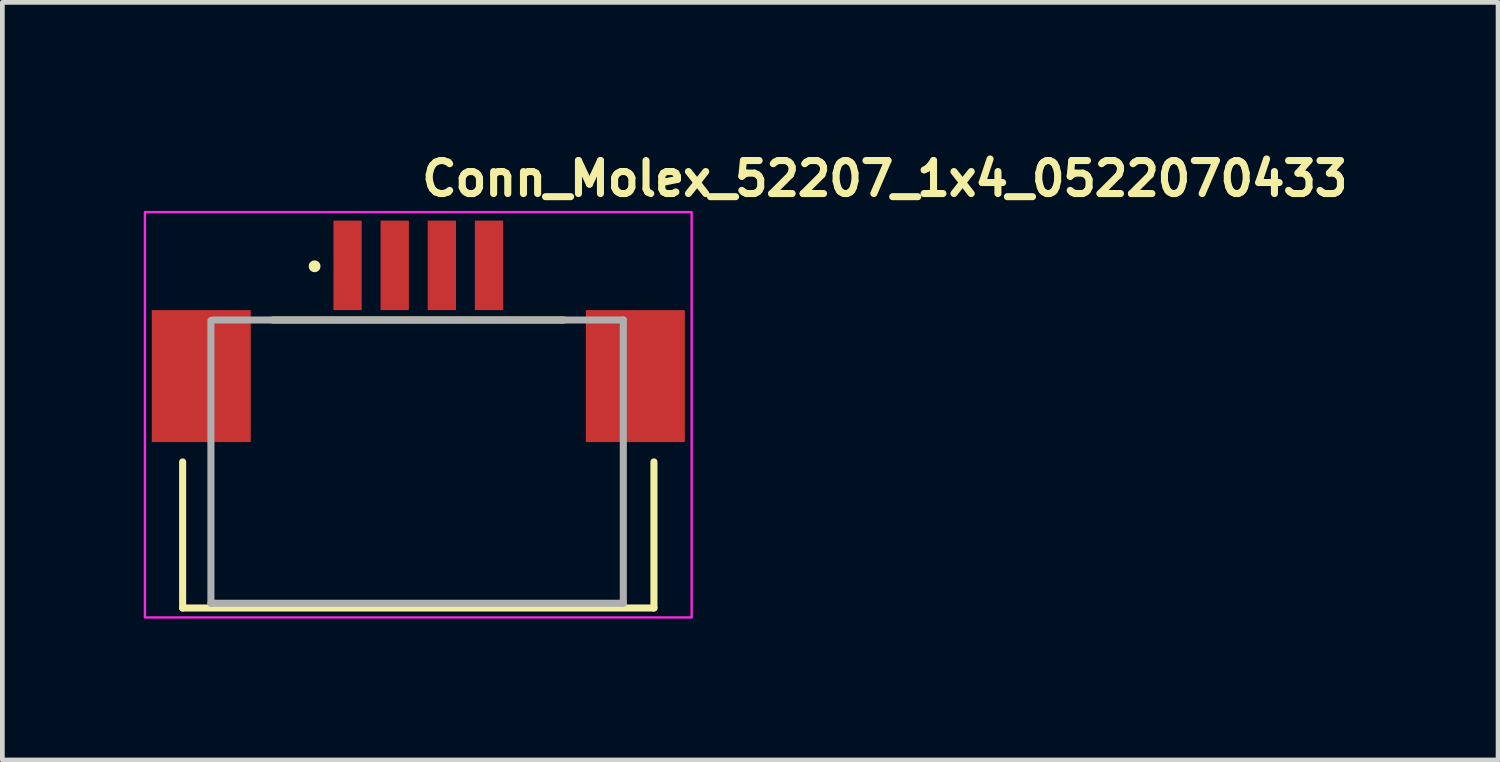
<source format=kicad_pcb>
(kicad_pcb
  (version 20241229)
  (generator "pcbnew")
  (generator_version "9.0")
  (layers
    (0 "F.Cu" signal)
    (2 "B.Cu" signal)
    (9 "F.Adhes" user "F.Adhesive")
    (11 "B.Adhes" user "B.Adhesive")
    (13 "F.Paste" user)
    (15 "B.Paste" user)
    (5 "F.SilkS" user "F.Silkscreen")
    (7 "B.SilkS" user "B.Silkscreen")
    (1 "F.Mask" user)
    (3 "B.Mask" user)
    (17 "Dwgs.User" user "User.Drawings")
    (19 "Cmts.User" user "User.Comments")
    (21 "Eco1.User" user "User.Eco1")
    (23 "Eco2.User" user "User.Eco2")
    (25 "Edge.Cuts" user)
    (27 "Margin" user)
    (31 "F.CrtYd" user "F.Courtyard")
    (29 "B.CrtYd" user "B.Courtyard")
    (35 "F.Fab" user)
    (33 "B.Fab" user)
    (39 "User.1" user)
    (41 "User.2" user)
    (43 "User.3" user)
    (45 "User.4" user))
  (footprint "Conn_Molex_52207_1x4_0522070433"
    (layer "F.Cu")
    (at 5.825 5.85)
    (property "Reference" "Conn_Molex_52207_1x4_0522070433" (at 0 -4.7 0) (layer "F.SilkS") (effects (font (size 0.7 0.7) (thickness 0.15)) (justify left bottom)))
    (attr smd)
    (fp_line (start -5 4) (end -5 0.9) (stroke (width 0.15) (type solid)) (layer "F.SilkS"))
    (fp_line (start -5 4) (end 5 4) (stroke (width 0.15) (type solid)) (layer "F.SilkS"))
    (fp_line (start -3.084 -2.111) (end 3.084 -2.111) (stroke (width 0.15) (type solid)) (layer "F.SilkS"))
    (fp_line (start 5 4) (end 5 0.9) (stroke (width 0.15) (type solid)) (layer "F.SilkS"))
    (fp_circle (center -2.2 -3.25) (end -2.15 -3.25) (stroke (width 0.15) (type solid)) (fill yes) (layer "F.SilkS"))
    (fp_rect (start -5.8 -4.4) (end 5.8 4.2) (stroke (width 0.05) (type solid)) (fill no) (layer "F.CrtYd"))
    (fp_line (start -4.4 3.9) (end -4.4 -2.1) (stroke (width 0.15) (type solid)) (layer "F.Fab"))
    (fp_line (start -4.35 -2.111) (end 4.35 -2.111) (stroke (width 0.15) (type solid)) (layer "F.Fab"))
    (fp_line (start 4.35 -2.111) (end 4.35 3.9) (stroke (width 0.15) (type solid)) (layer "F.Fab"))
    (fp_line (start 4.35 3.9) (end -4.4 3.9) (stroke (width 0.15) (type solid)) (layer "F.Fab"))
    (fp_rect (start -5.15 -3.8) (end 5.15 3.8) (stroke (width 0.1) (type solid)) (fill no) (layer "User.5"))
    (fp_line (start -5.15 -1.8) (end -4.896 -1.8) (stroke (width 0.02) (type solid)) (layer "User.9"))
    (fp_line (start -5.15 -1.6) (end -5.15 -1.8) (stroke (width 0.02) (type solid)) (layer "User.9"))
    (fp_line (start -5.15 -1.6) (end -4.896 -1.6) (stroke (width 0.02) (type solid)) (layer "User.9"))
    (fp_line (start -5.15 0) (end -5.15 -1.6) (stroke (width 0.02) (type solid)) (layer "User.9"))
    (fp_line (start -5.15 0.2) (end -5.15 0) (stroke (width 0.02) (type solid)) (layer "User.9"))
    (fp_line (start -5 2.6) (end -5 2.7) (stroke (width 0.02) (type solid)) (layer "User.9"))
    (fp_line (start -5 2.7) (end -4.8 3) (stroke (width 0.02) (type solid)) (layer "User.9"))
    (fp_line (start -5 3.18) (end -5 3.5) (stroke (width 0.02) (type solid)) (layer "User.9"))
    (fp_line (start -5 3.5) (end -5 3.515) (stroke (width 0.02) (type solid)) (layer "User.9"))
    (fp_line (start -5 3.515) (end -4.999 3.53) (stroke (width 0.02) (type solid)) (layer "User.9"))
    (fp_line (start -4.999 3.53) (end -4.997 3.544) (stroke (width 0.02) (type solid)) (layer "User.9"))
    (fp_line (start -4.997 3.544) (end -4.994 3.559) (stroke (width 0.02) (type solid)) (layer "User.9"))
    (fp_line (start -4.994 3.559) (end -4.991 3.573) (stroke (width 0.02) (type solid)) (layer "User.9"))
    (fp_line (start -4.991 3.573) (end -4.987 3.587) (stroke (width 0.02) (type solid)) (layer "User.9"))
    (fp_line (start -4.987 3.587) (end -4.982 3.601) (stroke (width 0.02) (type solid)) (layer "User.9"))
    (fp_line (start -4.982 3.601) (end -4.977 3.615) (stroke (width 0.02) (type solid)) (layer "User.9"))
    (fp_line (start -4.977 3.615) (end -4.971 3.628) (stroke (width 0.02) (type solid)) (layer "User.9"))
    (fp_line (start -4.971 3.628) (end -4.965 3.641) (stroke (width 0.02) (type solid)) (layer "User.9"))
    (fp_line (start -4.965 3.641) (end -4.957 3.654) (stroke (width 0.02) (type solid)) (layer "User.9"))
    (fp_line (start -4.957 3.654) (end -4.95 3.666) (stroke (width 0.02) (type solid)) (layer "User.9"))
    (fp_line (start -4.95 3.666) (end -4.941 3.678) (stroke (width 0.02) (type solid)) (layer "User.9"))
    (fp_line (start -4.941 3.678) (end -4.932 3.69) (stroke (width 0.02) (type solid)) (layer "User.9"))
    (fp_line (start -4.932 3.69) (end -4.922 3.701) (stroke (width 0.02) (type solid)) (layer "User.9"))
    (fp_line (start -4.922 3.701) (end -4.912 3.712) (stroke (width 0.02) (type solid)) (layer "User.9"))
    (fp_line (start -4.912 3.712) (end -4.912 3.712) (stroke (width 0.02) (type solid)) (layer "User.9"))
    (fp_line (start -4.912 3.712) (end -4.901 3.722) (stroke (width 0.02) (type solid)) (layer "User.9"))
    (fp_line (start -4.901 3.722) (end -4.89 3.732) (stroke (width 0.02) (type solid)) (layer "User.9"))
    (fp_line (start -4.896 -1.8) (end -4.896 -1.6) (stroke (width 0.02) (type solid)) (layer "User.9"))
    (fp_line (start -4.896 0) (end -5.15 0) (stroke (width 0.02) (type solid)) (layer "User.9"))
    (fp_line (start -4.896 0) (end -4.896 -1.6) (stroke (width 0.02) (type solid)) (layer "User.9"))
    (fp_line (start -4.896 0) (end -4.896 0.2) (stroke (width 0.02) (type solid)) (layer "User.9"))
    (fp_line (start -4.896 0.2) (end -5.15 0.2) (stroke (width 0.02) (type solid)) (layer "User.9"))
    (fp_line (start -4.89 3.732) (end -4.878 3.741) (stroke (width 0.02) (type solid)) (layer "User.9"))
    (fp_line (start -4.878 3.741) (end -4.866 3.75) (stroke (width 0.02) (type solid)) (layer "User.9"))
    (fp_line (start -4.866 3.75) (end -4.854 3.757) (stroke (width 0.02) (type solid)) (layer "User.9"))
    (fp_line (start -4.854 3.757) (end -4.841 3.765) (stroke (width 0.02) (type solid)) (layer "User.9"))
    (fp_line (start -4.841 3.765) (end -4.828 3.771) (stroke (width 0.02) (type solid)) (layer "User.9"))
    (fp_line (start -4.828 3.771) (end -4.815 3.777) (stroke (width 0.02) (type solid)) (layer "User.9"))
    (fp_line (start -4.815 3.777) (end -4.801 3.782) (stroke (width 0.02) (type solid)) (layer "User.9"))
    (fp_line (start -4.801 3.782) (end -4.787 3.787) (stroke (width 0.02) (type solid)) (layer "User.9"))
    (fp_line (start -4.8 2.5) (end -4.8 2.6) (stroke (width 0.02) (type solid)) (layer "User.9"))
    (fp_line (start -4.8 2.5) (end -4.712 2.5) (stroke (width 0.02) (type solid)) (layer "User.9"))
    (fp_line (start -4.8 2.6) (end -5 2.6) (stroke (width 0.02) (type solid)) (layer "User.9"))
    (fp_line (start -4.8 3) (end -4.8 2.6) (stroke (width 0.02) (type solid)) (layer "User.9"))
    (fp_line (start -4.8 3) (end -4.8 3.18) (stroke (width 0.02) (type solid)) (layer "User.9"))
    (fp_line (start -4.8 3.18) (end -5 3.18) (stroke (width 0.02) (type solid)) (layer "User.9"))
    (fp_line (start -4.8 3.5) (end -4.8 3.18) (stroke (width 0.02) (type solid)) (layer "User.9"))
    (fp_line (start -4.8 3.513) (end -4.8 3.5) (stroke (width 0.02) (type solid)) (layer "User.9"))
    (fp_line (start -4.799 3.527) (end -4.8 3.513) (stroke (width 0.02) (type solid)) (layer "User.9"))
    (fp_line (start -4.797 3.541) (end -4.799 3.527) (stroke (width 0.02) (type solid)) (layer "User.9"))
    (fp_line (start -4.796 3.549) (end -4.797 3.543) (stroke (width 0.02) (type solid)) (layer "User.9"))
    (fp_line (start -4.795 3.554) (end -4.797 3.541) (stroke (width 0.02) (type solid)) (layer "User.9"))
    (fp_line (start -4.795 3.554) (end -4.796 3.549) (stroke (width 0.02) (type solid)) (layer "User.9"))
    (fp_line (start -4.794 3.56) (end -4.795 3.554) (stroke (width 0.02) (type solid)) (layer "User.9"))
    (fp_line (start -4.793 3.565) (end -4.794 3.56) (stroke (width 0.02) (type solid)) (layer "User.9"))
    (fp_line (start -4.792 3.568) (end -4.795 3.554) (stroke (width 0.02) (type solid)) (layer "User.9"))
    (fp_line (start -4.791 3.571) (end -4.793 3.565) (stroke (width 0.02) (type solid)) (layer "User.9"))
    (fp_line (start -4.79 3.576) (end -4.791 3.571) (stroke (width 0.02) (type solid)) (layer "User.9"))
    (fp_line (start -4.789 3.582) (end -4.792 3.568) (stroke (width 0.02) (type solid)) (layer "User.9"))
    (fp_line (start -4.789 3.582) (end -4.79 3.576) (stroke (width 0.02) (type solid)) (layer "User.9"))
    (fp_line (start -4.787 3.587) (end -4.789 3.582) (stroke (width 0.02) (type solid)) (layer "User.9"))
    (fp_line (start -4.787 3.787) (end -4.773 3.791) (stroke (width 0.02) (type solid)) (layer "User.9"))
    (fp_line (start -4.784 3.595) (end -4.789 3.582) (stroke (width 0.02) (type solid)) (layer "User.9"))
    (fp_line (start -4.779 3.609) (end -4.784 3.595) (stroke (width 0.02) (type solid)) (layer "User.9"))
    (fp_line (start -4.774 3.622) (end -4.779 3.609) (stroke (width 0.02) (type solid)) (layer "User.9"))
    (fp_line (start -4.773 3.791) (end -4.759 3.794) (stroke (width 0.02) (type solid)) (layer "User.9"))
    (fp_line (start -4.767 3.636) (end -4.774 3.622) (stroke (width 0.02) (type solid)) (layer "User.9"))
    (fp_line (start -4.767 3.636) (end -4.769 3.632) (stroke (width 0.02) (type solid)) (layer "User.9"))
    (fp_line (start -4.765 3.641) (end -4.767 3.636) (stroke (width 0.02) (type solid)) (layer "User.9"))
    (fp_line (start -4.762 3.645) (end -4.765 3.641) (stroke (width 0.02) (type solid)) (layer "User.9"))
    (fp_line (start -4.76 3.649) (end -4.767 3.636) (stroke (width 0.02) (type solid)) (layer "User.9"))
    (fp_line (start -4.76 3.65) (end -4.762 3.645) (stroke (width 0.02) (type solid)) (layer "User.9"))
    (fp_line (start -4.759 3.794) (end -4.744 3.797) (stroke (width 0.02) (type solid)) (layer "User.9"))
    (fp_line (start -4.757 3.654) (end -4.76 3.65) (stroke (width 0.02) (type solid)) (layer "User.9"))
    (fp_line (start -4.755 3.659) (end -4.757 3.654) (stroke (width 0.02) (type solid)) (layer "User.9"))
    (fp_line (start -4.753 3.662) (end -4.76 3.649) (stroke (width 0.02) (type solid)) (layer "User.9"))
    (fp_line (start -4.752 3.663) (end -4.755 3.659) (stroke (width 0.02) (type solid)) (layer "User.9"))
    (fp_line (start -4.749 3.667) (end -4.752 3.663) (stroke (width 0.02) (type solid)) (layer "User.9"))
    (fp_line (start -4.746 -1.8) (end -4.896 -1.8) (stroke (width 0.02) (type solid)) (layer "User.9"))
    (fp_line (start -4.746 -1.8) (end -4.35 -1.8) (stroke (width 0.02) (type solid)) (layer "User.9"))
    (fp_line (start -4.746 0.2) (end -4.896 0.2) (stroke (width 0.02) (type solid)) (layer "User.9"))
    (fp_line (start -4.744 3.675) (end -4.753 3.662) (stroke (width 0.02) (type solid)) (layer "User.9"))
    (fp_line (start -4.744 3.797) (end -4.73 3.799) (stroke (width 0.02) (type solid)) (layer "User.9"))
    (fp_line (start -4.735 3.687) (end -4.744 3.675) (stroke (width 0.02) (type solid)) (layer "User.9"))
    (fp_line (start -4.73 3.799) (end -4.715 3.8) (stroke (width 0.02) (type solid)) (layer "User.9"))
    (fp_line (start -4.725 3.699) (end -4.735 3.687) (stroke (width 0.02) (type solid)) (layer "User.9"))
    (fp_line (start -4.715 3.8) (end -4.7 3.8) (stroke (width 0.02) (type solid)) (layer "User.9"))
    (fp_line (start -4.714 3.711) (end -4.725 3.699) (stroke (width 0.02) (type solid)) (layer "User.9"))
    (fp_line (start -4.714 3.711) (end -4.714 3.711) (stroke (width 0.02) (type solid)) (layer "User.9"))
    (fp_line (start -4.713 3.711) (end -4.714 3.711) (stroke (width 0.02) (type solid)) (layer "User.9"))
    (fp_line (start -4.712 2.5) (end -4.712 2.5) (stroke (width 0.02) (type solid)) (layer "User.9"))
    (fp_line (start -4.712 2.5) (end -4.5 2.5) (stroke (width 0.02) (type solid)) (layer "User.9"))
    (fp_line (start -4.712 3.712) (end -4.713 3.711) (stroke (width 0.02) (type solid)) (layer "User.9"))
    (fp_line (start -4.704 3.72) (end -4.714 3.711) (stroke (width 0.02) (type solid)) (layer "User.9"))
    (fp_line (start -4.7 3.8) (end -4.5 3.8) (stroke (width 0.02) (type solid)) (layer "User.9"))
    (fp_line (start -4.695 3.728) (end -4.704 3.72) (stroke (width 0.02) (type solid)) (layer "User.9"))
    (fp_line (start -4.684 3.737) (end -4.695 3.728) (stroke (width 0.02) (type solid)) (layer "User.9"))
    (fp_line (start -4.68 3.74) (end -4.683 3.738) (stroke (width 0.02) (type solid)) (layer "User.9"))
    (fp_line (start -4.678 3.741) (end -4.68 3.74) (stroke (width 0.02) (type solid)) (layer "User.9"))
    (fp_line (start -4.676 3.743) (end -4.678 3.741) (stroke (width 0.02) (type solid)) (layer "User.9"))
    (fp_line (start -4.673 3.745) (end -4.684 3.737) (stroke (width 0.02) (type solid)) (layer "User.9"))
    (fp_line (start -4.673 3.745) (end -4.676 3.743) (stroke (width 0.02) (type solid)) (layer "User.9"))
    (fp_line (start -4.662 3.753) (end -4.673 3.745) (stroke (width 0.02) (type solid)) (layer "User.9"))
    (fp_line (start -4.65 3.76) (end -4.662 3.753) (stroke (width 0.02) (type solid)) (layer "User.9"))
    (fp_line (start -4.637 3.767) (end -4.65 3.76) (stroke (width 0.02) (type solid)) (layer "User.9"))
    (fp_line (start -4.624 3.773) (end -4.637 3.767) (stroke (width 0.02) (type solid)) (layer "User.9"))
    (fp_line (start -4.621 3.774) (end -4.624 3.773) (stroke (width 0.02) (type solid)) (layer "User.9"))
    (fp_line (start -4.618 3.776) (end -4.621 3.774) (stroke (width 0.02) (type solid)) (layer "User.9"))
    (fp_line (start -4.615 3.777) (end -4.618 3.776) (stroke (width 0.02) (type solid)) (layer "User.9"))
    (fp_line (start -4.612 3.778) (end -4.615 3.777) (stroke (width 0.02) (type solid)) (layer "User.9"))
    (fp_line (start -4.61 3.779) (end -4.624 3.773) (stroke (width 0.02) (type solid)) (layer "User.9"))
    (fp_line (start -4.596 3.784) (end -4.61 3.779) (stroke (width 0.02) (type solid)) (layer "User.9"))
    (fp_line (start -4.581 3.789) (end -4.596 3.784) (stroke (width 0.02) (type solid)) (layer "User.9"))
    (fp_line (start -4.566 3.793) (end -4.581 3.789) (stroke (width 0.02) (type solid)) (layer "User.9"))
    (fp_line (start -4.558 3.794) (end -4.566 3.793) (stroke (width 0.02) (type solid)) (layer "User.9"))
    (fp_line (start -4.55 3.796) (end -4.566 3.793) (stroke (width 0.02) (type solid)) (layer "User.9"))
    (fp_line (start -4.55 3.796) (end -4.558 3.794) (stroke (width 0.02) (type solid)) (layer "User.9"))
    (fp_line (start -4.542 3.797) (end -4.55 3.796) (stroke (width 0.02) (type solid)) (layer "User.9"))
    (fp_line (start -4.534 3.798) (end -4.55 3.796) (stroke (width 0.02) (type solid)) (layer "User.9"))
    (fp_line (start -4.533 3.798) (end -4.542 3.797) (stroke (width 0.02) (type solid)) (layer "User.9"))
    (fp_line (start -4.525 3.799) (end -4.533 3.798) (stroke (width 0.02) (type solid)) (layer "User.9"))
    (fp_line (start -4.517 3.799) (end -4.534 3.798) (stroke (width 0.02) (type solid)) (layer "User.9"))
    (fp_line (start -4.517 3.8) (end -4.525 3.799) (stroke (width 0.02) (type solid)) (layer "User.9"))
    (fp_line (start -4.508 3.8) (end -4.517 3.8) (stroke (width 0.02) (type solid)) (layer "User.9"))
    (fp_line (start -4.5 3.8) (end -4.517 3.799) (stroke (width 0.02) (type solid)) (layer "User.9"))
    (fp_line (start -4.5 3.8) (end -4.508 3.8) (stroke (width 0.02) (type solid)) (layer "User.9"))
    (fp_line (start -4.5 3.8) (end -3.1 3.8) (stroke (width 0.02) (type solid)) (layer "User.9"))
    (fp_line (start -4.35 -1.8) (end -4.35 2.25) (stroke (width 0.02) (type solid)) (layer "User.9"))
    (fp_line (start -4.35 -1.8) (end 4.35 -1.8) (stroke (width 0.02) (type solid)) (layer "User.9"))
    (fp_line (start -4.35 0.2) (end -4.746 0.2) (stroke (width 0.02) (type solid)) (layer "User.9"))
    (fp_line (start -4.35 2.25) (end -3.775 2.25) (stroke (width 0.02) (type solid)) (layer "User.9"))
    (fp_line (start -4.065 2.5) (end -4.075 2.5) (stroke (width 0.02) (type solid)) (layer "User.9"))
    (fp_line (start -4.055 2.499) (end -4.065 2.5) (stroke (width 0.02) (type solid)) (layer "User.9"))
    (fp_line (start -4.045 2.498) (end -4.055 2.499) (stroke (width 0.02) (type solid)) (layer "User.9"))
    (fp_line (start -4.035 2.496) (end -4.045 2.498) (stroke (width 0.02) (type solid)) (layer "User.9"))
    (fp_line (start -4.025 2.494) (end -4.035 2.496) (stroke (width 0.02) (type solid)) (layer "User.9"))
    (fp_line (start -4.016 2.491) (end -4.025 2.494) (stroke (width 0.02) (type solid)) (layer "User.9"))
    (fp_line (start -4.006 2.488) (end -4.016 2.491) (stroke (width 0.02) (type solid)) (layer "User.9"))
    (fp_line (start -3.997 2.484) (end -4.006 2.488) (stroke (width 0.02) (type solid)) (layer "User.9"))
    (fp_line (start -3.988 2.48) (end -3.997 2.484) (stroke (width 0.02) (type solid)) (layer "User.9"))
    (fp_line (start -3.98 2.476) (end -3.988 2.48) (stroke (width 0.02) (type solid)) (layer "User.9"))
    (fp_line (start -3.971 2.471) (end -3.98 2.476) (stroke (width 0.02) (type solid)) (layer "User.9"))
    (fp_line (start -3.963 2.466) (end -3.971 2.471) (stroke (width 0.02) (type solid)) (layer "User.9"))
    (fp_line (start -3.955 2.46) (end -3.963 2.466) (stroke (width 0.02) (type solid)) (layer "User.9"))
    (fp_line (start -3.948 2.454) (end -3.955 2.46) (stroke (width 0.02) (type solid)) (layer "User.9"))
    (fp_line (start -3.941 2.448) (end -3.948 2.454) (stroke (width 0.02) (type solid)) (layer "User.9"))
    (fp_line (start -3.934 2.441) (end -3.941 2.448) (stroke (width 0.02) (type solid)) (layer "User.9"))
    (fp_line (start -3.927 2.434) (end -3.934 2.441) (stroke (width 0.02) (type solid)) (layer "User.9"))
    (fp_line (start -3.921 2.427) (end -3.927 2.434) (stroke (width 0.02) (type solid)) (layer "User.9"))
    (fp_line (start -3.915 2.42) (end -3.921 2.427) (stroke (width 0.02) (type solid)) (layer "User.9"))
    (fp_line (start -3.909 2.412) (end -3.915 2.42) (stroke (width 0.02) (type solid)) (layer "User.9"))
    (fp_line (start -3.904 2.404) (end -3.909 2.412) (stroke (width 0.02) (type solid)) (layer "User.9"))
    (fp_line (start -3.9 2.707) (end -3.5 3.4) (stroke (width 0.02) (type solid)) (layer "User.9"))
    (fp_line (start -3.899 2.395) (end -3.904 2.404) (stroke (width 0.02) (type solid)) (layer "User.9"))
    (fp_line (start -3.895 2.387) (end -3.899 2.395) (stroke (width 0.02) (type solid)) (layer "User.9"))
    (fp_line (start -3.891 2.378) (end -3.895 2.387) (stroke (width 0.02) (type solid)) (layer "User.9"))
    (fp_line (start -3.887 2.369) (end -3.891 2.378) (stroke (width 0.02) (type solid)) (layer "User.9"))
    (fp_line (start -3.884 2.359) (end -3.887 2.369) (stroke (width 0.02) (type solid)) (layer "User.9"))
    (fp_line (start -3.881 2.35) (end -3.884 2.359) (stroke (width 0.02) (type solid)) (layer "User.9"))
    (fp_line (start -3.879 2.34) (end -3.881 2.35) (stroke (width 0.02) (type solid)) (layer "User.9"))
    (fp_line (start -3.877 2.33) (end -3.879 2.34) (stroke (width 0.02) (type solid)) (layer "User.9"))
    (fp_line (start -3.876 2.32) (end -3.877 2.33) (stroke (width 0.02) (type solid)) (layer "User.9"))
    (fp_line (start -3.875 2.25) (end -3.875 2.3) (stroke (width 0.02) (type solid)) (layer "User.9"))
    (fp_line (start -3.875 2.3) (end -3.875 2.31) (stroke (width 0.02) (type solid)) (layer "User.9"))
    (fp_line (start -3.875 2.31) (end -3.876 2.32) (stroke (width 0.02) (type solid)) (layer "User.9"))
    (fp_line (start -3.775 -0.86) (end -3.775 -0.855) (stroke (width 0.02) (type solid)) (layer "User.9"))
    (fp_line (start -3.775 -0.857) (end -3.775 -0.85) (stroke (width 0.02) (type solid)) (layer "User.9"))
    (fp_line (start -3.775 -0.855) (end -3.775 -0.85) (stroke (width 0.02) (type solid)) (layer "User.9"))
    (fp_line (start -3.775 -0.85) (end -3.775 2.25) (stroke (width 0.02) (type solid)) (layer "User.9"))
    (fp_line (start -3.774 -0.87) (end -3.774 -0.865) (stroke (width 0.02) (type solid)) (layer "User.9"))
    (fp_line (start -3.774 -0.865) (end -3.775 -0.86) (stroke (width 0.02) (type solid)) (layer "User.9"))
    (fp_line (start -3.774 -0.865) (end -3.775 -0.857) (stroke (width 0.02) (type solid)) (layer "User.9"))
    (fp_line (start -3.773 -0.875) (end -3.774 -0.87) (stroke (width 0.02) (type solid)) (layer "User.9"))
    (fp_line (start -3.773 -0.872) (end -3.774 -0.865) (stroke (width 0.02) (type solid)) (layer "User.9"))
    (fp_line (start -3.772 -0.88) (end -3.773 -0.875) (stroke (width 0.02) (type solid)) (layer "User.9"))
    (fp_line (start -3.772 -0.879) (end -3.773 -0.872) (stroke (width 0.02) (type solid)) (layer "User.9"))
    (fp_line (start -3.771 -0.884) (end -3.772 -0.88) (stroke (width 0.02) (type solid)) (layer "User.9"))
    (fp_line (start -3.77 -0.889) (end -3.771 -0.884) (stroke (width 0.02) (type solid)) (layer "User.9"))
    (fp_line (start -3.77 -0.887) (end -3.772 -0.879) (stroke (width 0.02) (type solid)) (layer "User.9"))
    (fp_line (start -3.769 -0.894) (end -3.77 -0.887) (stroke (width 0.02) (type solid)) (layer "User.9"))
    (fp_line (start -3.768 -0.894) (end -3.77 -0.889) (stroke (width 0.02) (type solid)) (layer "User.9"))
    (fp_line (start -3.767 -0.898) (end -3.768 -0.894) (stroke (width 0.02) (type solid)) (layer "User.9"))
    (fp_line (start -3.766 -0.901) (end -3.769 -0.894) (stroke (width 0.02) (type solid)) (layer "User.9"))
    (fp_line (start -3.765 -0.903) (end -3.767 -0.898) (stroke (width 0.02) (type solid)) (layer "User.9"))
    (fp_line (start -3.764 -0.908) (end -3.765 -0.903) (stroke (width 0.02) (type solid)) (layer "User.9"))
    (fp_line (start -3.764 -0.907) (end -3.766 -0.901) (stroke (width 0.02) (type solid)) (layer "User.9"))
    (fp_line (start -3.762 -0.912) (end -3.764 -0.908) (stroke (width 0.02) (type solid)) (layer "User.9"))
    (fp_line (start -3.761 -0.914) (end -3.764 -0.907) (stroke (width 0.02) (type solid)) (layer "User.9"))
    (fp_line (start -3.759 -0.916) (end -3.762 -0.912) (stroke (width 0.02) (type solid)) (layer "User.9"))
    (fp_line (start -3.757 -0.921) (end -3.761 -0.914) (stroke (width 0.02) (type solid)) (layer "User.9"))
    (fp_line (start -3.757 -0.921) (end -3.759 -0.916) (stroke (width 0.02) (type solid)) (layer "User.9"))
    (fp_line (start -3.755 -0.925) (end -3.757 -0.921) (stroke (width 0.02) (type solid)) (layer "User.9"))
    (fp_line (start -3.754 -0.927) (end -3.757 -0.921) (stroke (width 0.02) (type solid)) (layer "User.9"))
    (fp_line (start -3.752 -0.929) (end -3.755 -0.925) (stroke (width 0.02) (type solid)) (layer "User.9"))
    (fp_line (start -3.75 -0.933) (end -3.754 -0.927) (stroke (width 0.02) (type solid)) (layer "User.9"))
    (fp_line (start -3.75 -0.933) (end -3.752 -0.929) (stroke (width 0.02) (type solid)) (layer "User.9"))
    (fp_line (start -3.747 -0.937) (end -3.75 -0.933) (stroke (width 0.02) (type solid)) (layer "User.9"))
    (fp_line (start -3.746 -0.939) (end -3.75 -0.933) (stroke (width 0.02) (type solid)) (layer "User.9"))
    (fp_line (start -3.744 -0.941) (end -3.747 -0.937) (stroke (width 0.02) (type solid)) (layer "User.9"))
    (fp_line (start -3.741 -0.945) (end -3.746 -0.939) (stroke (width 0.02) (type solid)) (layer "User.9"))
    (fp_line (start -3.741 -0.945) (end -3.744 -0.941) (stroke (width 0.02) (type solid)) (layer "User.9"))
    (fp_line (start -3.738 -0.949) (end -3.741 -0.945) (stroke (width 0.02) (type solid)) (layer "User.9"))
    (fp_line (start -3.736 -0.951) (end -3.741 -0.945) (stroke (width 0.02) (type solid)) (layer "User.9"))
    (fp_line (start -3.735 -0.952) (end -3.738 -0.949) (stroke (width 0.02) (type solid)) (layer "User.9"))
    (fp_line (start -3.731 -0.956) (end -3.736 -0.951) (stroke (width 0.02) (type solid)) (layer "User.9"))
    (fp_line (start -3.731 -0.956) (end -3.735 -0.952) (stroke (width 0.02) (type solid)) (layer "User.9"))
    (fp_line (start -3.731 -0.956) (end -3.731 -0.956) (stroke (width 0.02) (type solid)) (layer "User.9"))
    (fp_line (start -3.728 -0.959) (end -3.731 -0.956) (stroke (width 0.02) (type solid)) (layer "User.9"))
    (fp_line (start -3.726 -0.961) (end -3.731 -0.956) (stroke (width 0.02) (type solid)) (layer "User.9"))
    (fp_line (start -3.724 -0.963) (end -3.728 -0.959) (stroke (width 0.02) (type solid)) (layer "User.9"))
    (fp_line (start -3.72 -0.966) (end -3.726 -0.961) (stroke (width 0.02) (type solid)) (layer "User.9"))
    (fp_line (start -3.72 -0.966) (end -3.724 -0.963) (stroke (width 0.02) (type solid)) (layer "User.9"))
    (fp_line (start -3.717 -0.969) (end -3.72 -0.966) (stroke (width 0.02) (type solid)) (layer "User.9"))
    (fp_line (start -3.714 -0.971) (end -3.72 -0.966) (stroke (width 0.02) (type solid)) (layer "User.9"))
    (fp_line (start -3.713 -0.972) (end -3.717 -0.969) (stroke (width 0.02) (type solid)) (layer "User.9"))
    (fp_line (start -3.708 -0.975) (end -3.714 -0.971) (stroke (width 0.02) (type solid)) (layer "User.9"))
    (fp_line (start -3.708 -0.975) (end -3.713 -0.972) (stroke (width 0.02) (type solid)) (layer "User.9"))
    (fp_line (start -3.704 -0.977) (end -3.708 -0.975) (stroke (width 0.02) (type solid)) (layer "User.9"))
    (fp_line (start -3.702 -0.979) (end -3.708 -0.975) (stroke (width 0.02) (type solid)) (layer "User.9"))
    (fp_line (start -3.7 -0.98) (end -3.704 -0.977) (stroke (width 0.02) (type solid)) (layer "User.9"))
    (fp_line (start -3.7 -0.98) (end -3.7 -0.98) (stroke (width 0.02) (type solid)) (layer "User.9"))
    (fp_line (start -3.696 -0.982) (end -3.702 -0.979) (stroke (width 0.02) (type solid)) (layer "User.9"))
    (fp_line (start -3.691 -0.985) (end -3.7 -0.98) (stroke (width 0.02) (type solid)) (layer "User.9"))
    (fp_line (start -3.689 -0.986) (end -3.696 -0.982) (stroke (width 0.02) (type solid)) (layer "User.9"))
    (fp_line (start -3.682 -0.989) (end -3.691 -0.985) (stroke (width 0.02) (type solid)) (layer "User.9"))
    (fp_line (start -3.682 -0.989) (end -3.689 -0.986) (stroke (width 0.02) (type solid)) (layer "User.9"))
    (fp_line (start -3.676 -0.991) (end -3.682 -0.989) (stroke (width 0.02) (type solid)) (layer "User.9"))
    (fp_line (start -3.673 -0.992) (end -3.682 -0.989) (stroke (width 0.02) (type solid)) (layer "User.9"))
    (fp_line (start -3.669 -0.994) (end -3.676 -0.991) (stroke (width 0.02) (type solid)) (layer "User.9"))
    (fp_line (start -3.664 -0.995) (end -3.673 -0.992) (stroke (width 0.02) (type solid)) (layer "User.9"))
    (fp_line (start -3.662 -0.995) (end -3.669 -0.994) (stroke (width 0.02) (type solid)) (layer "User.9"))
    (fp_line (start -3.654 -0.997) (end -3.664 -0.995) (stroke (width 0.02) (type solid)) (layer "User.9"))
    (fp_line (start -3.654 -0.997) (end -3.662 -0.995) (stroke (width 0.02) (type solid)) (layer "User.9"))
    (fp_line (start -3.647 -0.998) (end -3.654 -0.997) (stroke (width 0.02) (type solid)) (layer "User.9"))
    (fp_line (start -3.644 -0.999) (end -3.654 -0.997) (stroke (width 0.02) (type solid)) (layer "User.9"))
    (fp_line (start -3.64 -0.999) (end -3.647 -0.998) (stroke (width 0.02) (type solid)) (layer "User.9"))
    (fp_line (start -3.635 -1) (end -3.644 -0.999) (stroke (width 0.02) (type solid)) (layer "User.9"))
    (fp_line (start -3.632 -1) (end -3.64 -0.999) (stroke (width 0.02) (type solid)) (layer "User.9"))
    (fp_line (start -3.625 -1) (end -3.635 -1) (stroke (width 0.02) (type solid)) (layer "User.9"))
    (fp_line (start -3.625 -1) (end -3.632 -1) (stroke (width 0.02) (type solid)) (layer "User.9"))
    (fp_line (start -3.618 -1) (end -3.625 -1) (stroke (width 0.02) (type solid)) (layer "User.9"))
    (fp_line (start -3.615 -1) (end -3.625 -1) (stroke (width 0.02) (type solid)) (layer "User.9"))
    (fp_line (start -3.61 -0.999) (end -3.618 -1) (stroke (width 0.02) (type solid)) (layer "User.9"))
    (fp_line (start -3.606 -0.999) (end -3.615 -1) (stroke (width 0.02) (type solid)) (layer "User.9"))
    (fp_line (start -3.603 -0.998) (end -3.61 -0.999) (stroke (width 0.02) (type solid)) (layer "User.9"))
    (fp_line (start -3.596 -0.997) (end -3.606 -0.999) (stroke (width 0.02) (type solid)) (layer "User.9"))
    (fp_line (start -3.596 -0.997) (end -3.603 -0.998) (stroke (width 0.02) (type solid)) (layer "User.9"))
    (fp_line (start -3.588 -0.995) (end -3.596 -0.997) (stroke (width 0.02) (type solid)) (layer "User.9"))
    (fp_line (start -3.586 -0.995) (end -3.596 -0.997) (stroke (width 0.02) (type solid)) (layer "User.9"))
    (fp_line (start -3.581 -0.994) (end -3.588 -0.995) (stroke (width 0.02) (type solid)) (layer "User.9"))
    (fp_line (start -3.577 -0.992) (end -3.586 -0.995) (stroke (width 0.02) (type solid)) (layer "User.9"))
    (fp_line (start -3.574 -0.991) (end -3.581 -0.994) (stroke (width 0.02) (type solid)) (layer "User.9"))
    (fp_line (start -3.568 -0.989) (end -3.577 -0.992) (stroke (width 0.02) (type solid)) (layer "User.9"))
    (fp_line (start -3.568 -0.989) (end -3.574 -0.991) (stroke (width 0.02) (type solid)) (layer "User.9"))
    (fp_line (start -3.561 -0.986) (end -3.568 -0.989) (stroke (width 0.02) (type solid)) (layer "User.9"))
    (fp_line (start -3.559 -0.985) (end -3.568 -0.989) (stroke (width 0.02) (type solid)) (layer "User.9"))
    (fp_line (start -3.554 -0.982) (end -3.561 -0.986) (stroke (width 0.02) (type solid)) (layer "User.9"))
    (fp_line (start -3.55 -0.98) (end -3.559 -0.985) (stroke (width 0.02) (type solid)) (layer "User.9"))
    (fp_line (start -3.55 -0.98) (end -3.55 -0.98) (stroke (width 0.02) (type solid)) (layer "User.9"))
    (fp_line (start -3.548 -0.979) (end -3.554 -0.982) (stroke (width 0.02) (type solid)) (layer "User.9"))
    (fp_line (start -3.542 -0.975) (end -3.55 -0.98) (stroke (width 0.02) (type solid)) (layer "User.9"))
    (fp_line (start -3.542 -0.975) (end -3.548 -0.979) (stroke (width 0.02) (type solid)) (layer "User.9"))
    (fp_line (start -3.536 -0.971) (end -3.542 -0.975) (stroke (width 0.02) (type solid)) (layer "User.9"))
    (fp_line (start -3.533 -0.969) (end -3.542 -0.975) (stroke (width 0.02) (type solid)) (layer "User.9"))
    (fp_line (start -3.53 -0.966) (end -3.536 -0.971) (stroke (width 0.02) (type solid)) (layer "User.9"))
    (fp_line (start -3.526 -0.963) (end -3.533 -0.969) (stroke (width 0.02) (type solid)) (layer "User.9"))
    (fp_line (start -3.524 -0.961) (end -3.53 -0.966) (stroke (width 0.02) (type solid)) (layer "User.9"))
    (fp_line (start -3.519 -0.956) (end -3.526 -0.963) (stroke (width 0.02) (type solid)) (layer "User.9"))
    (fp_line (start -3.519 -0.956) (end -3.524 -0.961) (stroke (width 0.02) (type solid)) (layer "User.9"))
    (fp_line (start -3.519 -0.956) (end -3.519 -0.956) (stroke (width 0.02) (type solid)) (layer "User.9"))
    (fp_line (start -3.514 -0.951) (end -3.519 -0.956) (stroke (width 0.02) (type solid)) (layer "User.9"))
    (fp_line (start -3.512 -0.949) (end -3.519 -0.956) (stroke (width 0.02) (type solid)) (layer "User.9"))
    (fp_line (start -3.509 -0.945) (end -3.514 -0.951) (stroke (width 0.02) (type solid)) (layer "User.9"))
    (fp_line (start -3.506 -0.941) (end -3.512 -0.949) (stroke (width 0.02) (type solid)) (layer "User.9"))
    (fp_line (start -3.504 -0.939) (end -3.509 -0.945) (stroke (width 0.02) (type solid)) (layer "User.9"))
    (fp_line (start -3.5 -0.933) (end -3.506 -0.941) (stroke (width 0.02) (type solid)) (layer "User.9"))
    (fp_line (start -3.5 -0.933) (end -3.504 -0.939) (stroke (width 0.02) (type solid)) (layer "User.9"))
    (fp_line (start -3.5 3.4) (end -3.1 2.707) (stroke (width 0.02) (type solid)) (layer "User.9"))
    (fp_line (start -3.496 -0.927) (end -3.5 -0.933) (stroke (width 0.02) (type solid)) (layer "User.9"))
    (fp_line (start -3.495 -0.925) (end -3.5 -0.933) (stroke (width 0.02) (type solid)) (layer "User.9"))
    (fp_line (start -3.493 -0.921) (end -3.496 -0.927) (stroke (width 0.02) (type solid)) (layer "User.9"))
    (fp_line (start -3.491 -0.916) (end -3.495 -0.925) (stroke (width 0.02) (type solid)) (layer "User.9"))
    (fp_line (start -3.489 -0.914) (end -3.493 -0.921) (stroke (width 0.02) (type solid)) (layer "User.9"))
    (fp_line (start -3.486 -0.908) (end -3.491 -0.916) (stroke (width 0.02) (type solid)) (layer "User.9"))
    (fp_line (start -3.486 -0.907) (end -3.489 -0.914) (stroke (width 0.02) (type solid)) (layer "User.9"))
    (fp_line (start -3.484 -0.901) (end -3.486 -0.907) (stroke (width 0.02) (type solid)) (layer "User.9"))
    (fp_line (start -3.483 -0.898) (end -3.486 -0.908) (stroke (width 0.02) (type solid)) (layer "User.9"))
    (fp_line (start -3.481 -0.894) (end -3.484 -0.901) (stroke (width 0.02) (type solid)) (layer "User.9"))
    (fp_line (start -3.48 -0.889) (end -3.483 -0.898) (stroke (width 0.02) (type solid)) (layer "User.9"))
    (fp_line (start -3.48 -0.887) (end -3.481 -0.894) (stroke (width 0.02) (type solid)) (layer "User.9"))
    (fp_line (start -3.478 -0.88) (end -3.48 -0.889) (stroke (width 0.02) (type solid)) (layer "User.9"))
    (fp_line (start -3.478 -0.879) (end -3.48 -0.887) (stroke (width 0.02) (type solid)) (layer "User.9"))
    (fp_line (start -3.477 -0.872) (end -3.478 -0.879) (stroke (width 0.02) (type solid)) (layer "User.9"))
    (fp_line (start -3.476 -0.87) (end -3.478 -0.88) (stroke (width 0.02) (type solid)) (layer "User.9"))
    (fp_line (start -3.476 -0.865) (end -3.477 -0.872) (stroke (width 0.02) (type solid)) (layer "User.9"))
    (fp_line (start -3.475 -0.86) (end -3.476 -0.87) (stroke (width 0.02) (type solid)) (layer "User.9"))
    (fp_line (start -3.475 -0.857) (end -3.476 -0.865) (stroke (width 0.02) (type solid)) (layer "User.9"))
    (fp_line (start -3.475 -0.85) (end -3.475 -0.86) (stroke (width 0.02) (type solid)) (layer "User.9"))
    (fp_line (start -3.475 -0.85) (end -3.475 -0.857) (stroke (width 0.02) (type solid)) (layer "User.9"))
    (fp_line (start -3.475 -0.6) (end -3.775 -0.6) (stroke (width 0.02) (type solid)) (layer "User.9"))
    (fp_line (start -3.475 -0.3) (end -3.775 -0.3) (stroke (width 0.02) (type solid)) (layer "User.9"))
    (fp_line (start -3.475 1.45) (end -3.475 -0.85) (stroke (width 0.02) (type solid)) (layer "User.9"))
    (fp_line (start -3.475 1.45) (end -3.475 2.5) (stroke (width 0.02) (type solid)) (layer "User.9"))
    (fp_line (start -3.1 2.707) (end -3.9 2.707) (stroke (width 0.02) (type solid)) (layer "User.9"))
    (fp_line (start -3.1 3.8) (end -2.4 3.8) (stroke (width 0.02) (type solid)) (layer "User.9"))
    (fp_line (start -2.8 2.5) (end -4.5 2.5) (stroke (width 0.02) (type solid)) (layer "User.9"))
    (fp_line (start -2.8 2.5) (end -2.6 2.7) (stroke (width 0.02) (type solid)) (layer "User.9"))
    (fp_line (start -2.8 3.5) (end -3.1 3.8) (stroke (width 0.02) (type solid)) (layer "User.9"))
    (fp_line (start -2.8 3.5) (end -2.8 2.5) (stroke (width 0.02) (type solid)) (layer "User.9"))
    (fp_line (start -2.8 3.5) (end -2.6 3.3) (stroke (width 0.02) (type solid)) (layer "User.9"))
    (fp_line (start -2.6 3.3) (end -2.6 2.7) (stroke (width 0.02) (type solid)) (layer "User.9"))
    (fp_line (start -2.4 1.45) (end -3.475 1.45) (stroke (width 0.02) (type solid)) (layer "User.9"))
    (fp_line (start -2.4 1.45) (end -2.4 3.8) (stroke (width 0.02) (type solid)) (layer "User.9"))
    (fp_line (start -2.4 2.5) (end -2.8 2.5) (stroke (width 0.02) (type solid)) (layer "User.9"))
    (fp_line (start -2.4 3.8) (end 2.4 3.8) (stroke (width 0.02) (type solid)) (layer "User.9"))
    (fp_line (start -1.66 -3.8) (end -1.66 -2.4) (stroke (width 0.02) (type solid)) (layer "User.9"))
    (fp_line (start -1.66 -3.8) (end -1.34 -3.8) (stroke (width 0.02) (type solid)) (layer "User.9"))
    (fp_line (start -1.66 -2.2) (end -1.66 -2.4) (stroke (width 0.02) (type solid)) (layer "User.9"))
    (fp_line (start -1.66 -2.2) (end -1.66 -1.8) (stroke (width 0.02) (type solid)) (layer "User.9"))
    (fp_line (start -1.34 -3.8) (end -1.34 -2.4) (stroke (width 0.02) (type solid)) (layer "User.9"))
    (fp_line (start -1.34 -2.4) (end -1.66 -2.4) (stroke (width 0.02) (type solid)) (layer "User.9"))
    (fp_line (start -1.34 -2.4) (end -1.34 -2.2) (stroke (width 0.02) (type solid)) (layer "User.9"))
    (fp_line (start -1.34 -2.2) (end -1.66 -2.2) (stroke (width 0.02) (type solid)) (layer "User.9"))
    (fp_line (start -1.34 -2.2) (end -1.34 -1.8) (stroke (width 0.02) (type solid)) (layer "User.9"))
    (fp_line (start -0.66 -3.8) (end -0.66 -2.4) (stroke (width 0.02) (type solid)) (layer "User.9"))
    (fp_line (start -0.66 -3.8) (end -0.34 -3.8) (stroke (width 0.02) (type solid)) (layer "User.9"))
    (fp_line (start -0.66 -2.2) (end -0.66 -2.4) (stroke (width 0.02) (type solid)) (layer "User.9"))
    (fp_line (start -0.66 -2.2) (end -0.66 -1.8) (stroke (width 0.02) (type solid)) (layer "User.9"))
    (fp_line (start -0.34 -3.8) (end -0.34 -2.4) (stroke (width 0.02) (type solid)) (layer "User.9"))
    (fp_line (start -0.34 -2.4) (end -0.66 -2.4) (stroke (width 0.02) (type solid)) (layer "User.9"))
    (fp_line (start -0.34 -2.4) (end -0.34 -2.2) (stroke (width 0.02) (type solid)) (layer "User.9"))
    (fp_line (start -0.34 -2.2) (end -0.66 -2.2) (stroke (width 0.02) (type solid)) (layer "User.9"))
    (fp_line (start -0.34 -2.2) (end -0.34 -1.8) (stroke (width 0.02) (type solid)) (layer "User.9"))
    (fp_line (start 0.34 -3.8) (end 0.34 -2.4) (stroke (width 0.02) (type solid)) (layer "User.9"))
    (fp_line (start 0.34 -3.8) (end 0.66 -3.8) (stroke (width 0.02) (type solid)) (layer "User.9"))
    (fp_line (start 0.34 -2.2) (end 0.34 -2.4) (stroke (width 0.02) (type solid)) (layer "User.9"))
    (fp_line (start 0.34 -2.2) (end 0.34 -1.8) (stroke (width 0.02) (type solid)) (layer "User.9"))
    (fp_line (start 0.66 -3.8) (end 0.66 -2.4) (stroke (width 0.02) (type solid)) (layer "User.9"))
    (fp_line (start 0.66 -2.4) (end 0.34 -2.4) (stroke (width 0.02) (type solid)) (layer "User.9"))
    (fp_line (start 0.66 -2.4) (end 0.66 -2.2) (stroke (width 0.02) (type solid)) (layer "User.9"))
    (fp_line (start 0.66 -2.2) (end 0.34 -2.2) (stroke (width 0.02) (type solid)) (layer "User.9"))
    (fp_line (start 0.66 -2.2) (end 0.66 -1.8) (stroke (width 0.02) (type solid)) (layer "User.9"))
    (fp_line (start 1.34 -3.8) (end 1.34 -2.4) (stroke (width 0.02) (type solid)) (layer "User.9"))
    (fp_line (start 1.34 -3.8) (end 1.66 -3.8) (stroke (width 0.02) (type solid)) (layer "User.9"))
    (fp_line (start 1.34 -2.2) (end 1.34 -2.4) (stroke (width 0.02) (type solid)) (layer "User.9"))
    (fp_line (start 1.34 -2.2) (end 1.34 -1.8) (stroke (width 0.02) (type solid)) (layer "User.9"))
    (fp_line (start 1.66 -3.8) (end 1.66 -2.4) (stroke (width 0.02) (type solid)) (layer "User.9"))
    (fp_line (start 1.66 -2.4) (end 1.34 -2.4) (stroke (width 0.02) (type solid)) (layer "User.9"))
    (fp_line (start 1.66 -2.4) (end 1.66 -2.2) (stroke (width 0.02) (type solid)) (layer "User.9"))
    (fp_line (start 1.66 -2.2) (end 1.34 -2.2) (stroke (width 0.02) (type solid)) (layer "User.9"))
    (fp_line (start 1.66 -2.2) (end 1.66 -1.8) (stroke (width 0.02) (type solid)) (layer "User.9"))
    (fp_line (start 2.4 3.8) (end 2.4 1.45) (stroke (width 0.02) (type solid)) (layer "User.9"))
    (fp_line (start 2.4 3.8) (end 3.1 3.8) (stroke (width 0.02) (type solid)) (layer "User.9"))
    (fp_line (start 2.6 2.7) (end 2.6 3.3) (stroke (width 0.02) (type solid)) (layer "User.9"))
    (fp_line (start 2.6 2.7) (end 2.8 2.5) (stroke (width 0.02) (type solid)) (layer "User.9"))
    (fp_line (start 2.8 2.5) (end 2.4 2.5) (stroke (width 0.02) (type solid)) (layer "User.9"))
    (fp_line (start 2.8 2.5) (end 2.8 3.5) (stroke (width 0.02) (type solid)) (layer "User.9"))
    (fp_line (start 2.8 3.5) (end 2.6 3.3) (stroke (width 0.02) (type solid)) (layer "User.9"))
    (fp_line (start 2.8 3.5) (end 3.1 3.8) (stroke (width 0.02) (type solid)) (layer "User.9"))
    (fp_line (start 3.1 3.8) (end 4.5 3.8) (stroke (width 0.02) (type solid)) (layer "User.9"))
    (fp_line (start 3.475 -0.86) (end 3.475 -0.855) (stroke (width 0.02) (type solid)) (layer "User.9"))
    (fp_line (start 3.475 -0.857) (end 3.475 -0.85) (stroke (width 0.02) (type solid)) (layer "User.9"))
    (fp_line (start 3.475 -0.855) (end 3.475 -0.85) (stroke (width 0.02) (type solid)) (layer "User.9"))
    (fp_line (start 3.475 1.45) (end 2.4 1.45) (stroke (width 0.02) (type solid)) (layer "User.9"))
    (fp_line (start 3.475 1.45) (end 3.475 -0.85) (stroke (width 0.02) (type solid)) (layer "User.9"))
    (fp_line (start 3.475 2.5) (end 3.475 1.45) (stroke (width 0.02) (type solid)) (layer "User.9"))
    (fp_line (start 3.476 -0.87) (end 3.476 -0.865) (stroke (width 0.02) (type solid)) (layer "User.9"))
    (fp_line (start 3.476 -0.865) (end 3.475 -0.86) (stroke (width 0.02) (type solid)) (layer "User.9"))
    (fp_line (start 3.476 -0.865) (end 3.475 -0.857) (stroke (width 0.02) (type solid)) (layer "User.9"))
    (fp_line (start 3.477 -0.875) (end 3.476 -0.87) (stroke (width 0.02) (type solid)) (layer "User.9"))
    (fp_line (start 3.477 -0.872) (end 3.476 -0.865) (stroke (width 0.02) (type solid)) (layer "User.9"))
    (fp_line (start 3.478 -0.88) (end 3.477 -0.875) (stroke (width 0.02) (type solid)) (layer "User.9"))
    (fp_line (start 3.478 -0.879) (end 3.477 -0.872) (stroke (width 0.02) (type solid)) (layer "User.9"))
    (fp_line (start 3.479 -0.884) (end 3.478 -0.88) (stroke (width 0.02) (type solid)) (layer "User.9"))
    (fp_line (start 3.48 -0.889) (end 3.479 -0.884) (stroke (width 0.02) (type solid)) (layer "User.9"))
    (fp_line (start 3.48 -0.887) (end 3.478 -0.879) (stroke (width 0.02) (type solid)) (layer "User.9"))
    (fp_line (start 3.481 -0.894) (end 3.48 -0.887) (stroke (width 0.02) (type solid)) (layer "User.9"))
    (fp_line (start 3.482 -0.894) (end 3.48 -0.889) (stroke (width 0.02) (type solid)) (layer "User.9"))
    (fp_line (start 3.483 -0.898) (end 3.482 -0.894) (stroke (width 0.02) (type solid)) (layer "User.9"))
    (fp_line (start 3.484 -0.901) (end 3.481 -0.894) (stroke (width 0.02) (type solid)) (layer "User.9"))
    (fp_line (start 3.485 -0.903) (end 3.483 -0.898) (stroke (width 0.02) (type solid)) (layer "User.9"))
    (fp_line (start 3.486 -0.908) (end 3.485 -0.903) (stroke (width 0.02) (type solid)) (layer "User.9"))
    (fp_line (start 3.486 -0.907) (end 3.484 -0.901) (stroke (width 0.02) (type solid)) (layer "User.9"))
    (fp_line (start 3.488 -0.912) (end 3.486 -0.908) (stroke (width 0.02) (type solid)) (layer "User.9"))
    (fp_line (start 3.489 -0.914) (end 3.486 -0.907) (stroke (width 0.02) (type solid)) (layer "User.9"))
    (fp_line (start 3.491 -0.916) (end 3.488 -0.912) (stroke (width 0.02) (type solid)) (layer "User.9"))
    (fp_line (start 3.493 -0.921) (end 3.489 -0.914) (stroke (width 0.02) (type solid)) (layer "User.9"))
    (fp_line (start 3.493 -0.921) (end 3.491 -0.916) (stroke (width 0.02) (type solid)) (layer "User.9"))
    (fp_line (start 3.495 -0.925) (end 3.493 -0.921) (stroke (width 0.02) (type solid)) (layer "User.9"))
    (fp_line (start 3.496 -0.927) (end 3.493 -0.921) (stroke (width 0.02) (type solid)) (layer "User.9"))
    (fp_line (start 3.498 -0.929) (end 3.495 -0.925) (stroke (width 0.02) (type solid)) (layer "User.9"))
    (fp_line (start 3.5 -0.933) (end 3.496 -0.927) (stroke (width 0.02) (type solid)) (layer "User.9"))
    (fp_line (start 3.5 -0.933) (end 3.498 -0.929) (stroke (width 0.02) (type solid)) (layer "User.9"))
    (fp_line (start 3.503 -0.937) (end 3.5 -0.933) (stroke (width 0.02) (type solid)) (layer "User.9"))
    (fp_line (start 3.504 -0.939) (end 3.5 -0.933) (stroke (width 0.02) (type solid)) (layer "User.9"))
    (fp_line (start 3.506 -0.941) (end 3.503 -0.937) (stroke (width 0.02) (type solid)) (layer "User.9"))
    (fp_line (start 3.509 -0.945) (end 3.504 -0.939) (stroke (width 0.02) (type solid)) (layer "User.9"))
    (fp_line (start 3.509 -0.945) (end 3.506 -0.941) (stroke (width 0.02) (type solid)) (layer "User.9"))
    (fp_line (start 3.512 -0.949) (end 3.509 -0.945) (stroke (width 0.02) (type solid)) (layer "User.9"))
    (fp_line (start 3.514 -0.951) (end 3.509 -0.945) (stroke (width 0.02) (type solid)) (layer "User.9"))
    (fp_line (start 3.515 -0.952) (end 3.512 -0.949) (stroke (width 0.02) (type solid)) (layer "User.9"))
    (fp_line (start 3.519 -0.956) (end 3.514 -0.951) (stroke (width 0.02) (type solid)) (layer "User.9"))
    (fp_line (start 3.519 -0.956) (end 3.515 -0.952) (stroke (width 0.02) (type solid)) (layer "User.9"))
    (fp_line (start 3.519 -0.956) (end 3.519 -0.956) (stroke (width 0.02) (type solid)) (layer "User.9"))
    (fp_line (start 3.522 -0.959) (end 3.519 -0.956) (stroke (width 0.02) (type solid)) (layer "User.9"))
    (fp_line (start 3.524 -0.961) (end 3.519 -0.956) (stroke (width 0.02) (type solid)) (layer "User.9"))
    (fp_line (start 3.526 -0.963) (end 3.522 -0.959) (stroke (width 0.02) (type solid)) (layer "User.9"))
    (fp_line (start 3.53 -0.966) (end 3.524 -0.961) (stroke (width 0.02) (type solid)) (layer "User.9"))
    (fp_line (start 3.53 -0.966) (end 3.526 -0.963) (stroke (width 0.02) (type solid)) (layer "User.9"))
    (fp_line (start 3.533 -0.969) (end 3.53 -0.966) (stroke (width 0.02) (type solid)) (layer "User.9"))
    (fp_line (start 3.536 -0.971) (end 3.53 -0.966) (stroke (width 0.02) (type solid)) (layer "User.9"))
    (fp_line (start 3.537 -0.972) (end 3.533 -0.969) (stroke (width 0.02) (type solid)) (layer "User.9"))
    (fp_line (start 3.542 -0.975) (end 3.536 -0.971) (stroke (width 0.02) (type solid)) (layer "User.9"))
    (fp_line (start 3.542 -0.975) (end 3.537 -0.972) (stroke (width 0.02) (type solid)) (layer "User.9"))
    (fp_line (start 3.546 -0.977) (end 3.542 -0.975) (stroke (width 0.02) (type solid)) (layer "User.9"))
    (fp_line (start 3.548 -0.979) (end 3.542 -0.975) (stroke (width 0.02) (type solid)) (layer "User.9"))
    (fp_line (start 3.55 -0.98) (end 3.546 -0.977) (stroke (width 0.02) (type solid)) (layer "User.9"))
    (fp_line (start 3.55 -0.98) (end 3.55 -0.98) (stroke (width 0.02) (type solid)) (layer "User.9"))
    (fp_line (start 3.554 -0.982) (end 3.548 -0.979) (stroke (width 0.02) (type solid)) (layer "User.9"))
    (fp_line (start 3.559 -0.985) (end 3.55 -0.98) (stroke (width 0.02) (type solid)) (layer "User.9"))
    (fp_line (start 3.561 -0.986) (end 3.554 -0.982) (stroke (width 0.02) (type solid)) (layer "User.9"))
    (fp_line (start 3.568 -0.989) (end 3.559 -0.985) (stroke (width 0.02) (type solid)) (layer "User.9"))
    (fp_line (start 3.568 -0.989) (end 3.561 -0.986) (stroke (width 0.02) (type solid)) (layer "User.9"))
    (fp_line (start 3.574 -0.991) (end 3.568 -0.989) (stroke (width 0.02) (type solid)) (layer "User.9"))
    (fp_line (start 3.577 -0.992) (end 3.568 -0.989) (stroke (width 0.02) (type solid)) (layer "User.9"))
    (fp_line (start 3.581 -0.994) (end 3.574 -0.991) (stroke (width 0.02) (type solid)) (layer "User.9"))
    (fp_line (start 3.586 -0.995) (end 3.577 -0.992) (stroke (width 0.02) (type solid)) (layer "User.9"))
    (fp_line (start 3.588 -0.995) (end 3.581 -0.994) (stroke (width 0.02) (type solid)) (layer "User.9"))
    (fp_line (start 3.596 -0.997) (end 3.586 -0.995) (stroke (width 0.02) (type solid)) (layer "User.9"))
    (fp_line (start 3.596 -0.997) (end 3.588 -0.995) (stroke (width 0.02) (type solid)) (layer "User.9"))
    (fp_line (start 3.603 -0.998) (end 3.596 -0.997) (stroke (width 0.02) (type solid)) (layer "User.9"))
    (fp_line (start 3.606 -0.999) (end 3.596 -0.997) (stroke (width 0.02) (type solid)) (layer "User.9"))
    (fp_line (start 3.61 -0.999) (end 3.603 -0.998) (stroke (width 0.02) (type solid)) (layer "User.9"))
    (fp_line (start 3.615 -1) (end 3.606 -0.999) (stroke (width 0.02) (type solid)) (layer "User.9"))
    (fp_line (start 3.618 -1) (end 3.61 -0.999) (stroke (width 0.02) (type solid)) (layer "User.9"))
    (fp_line (start 3.625 -1) (end 3.615 -1) (stroke (width 0.02) (type solid)) (layer "User.9"))
    (fp_line (start 3.625 -1) (end 3.618 -1) (stroke (width 0.02) (type solid)) (layer "User.9"))
    (fp_line (start 3.632 -1) (end 3.625 -1) (stroke (width 0.02) (type solid)) (layer "User.9"))
    (fp_line (start 3.635 -1) (end 3.625 -1) (stroke (width 0.02) (type solid)) (layer "User.9"))
    (fp_line (start 3.64 -0.999) (end 3.632 -1) (stroke (width 0.02) (type solid)) (layer "User.9"))
    (fp_line (start 3.644 -0.999) (end 3.635 -1) (stroke (width 0.02) (type solid)) (layer "User.9"))
    (fp_line (start 3.647 -0.998) (end 3.64 -0.999) (stroke (width 0.02) (type solid)) (layer "User.9"))
    (fp_line (start 3.654 -0.997) (end 3.644 -0.999) (stroke (width 0.02) (type solid)) (layer "User.9"))
    (fp_line (start 3.654 -0.997) (end 3.647 -0.998) (stroke (width 0.02) (type solid)) (layer "User.9"))
    (fp_line (start 3.662 -0.995) (end 3.654 -0.997) (stroke (width 0.02) (type solid)) (layer "User.9"))
    (fp_line (start 3.664 -0.995) (end 3.654 -0.997) (stroke (width 0.02) (type solid)) (layer "User.9"))
    (fp_line (start 3.669 -0.994) (end 3.662 -0.995) (stroke (width 0.02) (type solid)) (layer "User.9"))
    (fp_line (start 3.673 -0.992) (end 3.664 -0.995) (stroke (width 0.02) (type solid)) (layer "User.9"))
    (fp_line (start 3.676 -0.991) (end 3.669 -0.994) (stroke (width 0.02) (type solid)) (layer "User.9"))
    (fp_line (start 3.682 -0.989) (end 3.673 -0.992) (stroke (width 0.02) (type solid)) (layer "User.9"))
    (fp_line (start 3.682 -0.989) (end 3.676 -0.991) (stroke (width 0.02) (type solid)) (layer "User.9"))
    (fp_line (start 3.689 -0.986) (end 3.682 -0.989) (stroke (width 0.02) (type solid)) (layer "User.9"))
    (fp_line (start 3.691 -0.985) (end 3.682 -0.989) (stroke (width 0.02) (type solid)) (layer "User.9"))
    (fp_line (start 3.696 -0.982) (end 3.689 -0.986) (stroke (width 0.02) (type solid)) (layer "User.9"))
    (fp_line (start 3.7 -0.98) (end 3.691 -0.985) (stroke (width 0.02) (type solid)) (layer "User.9"))
    (fp_line (start 3.7 -0.98) (end 3.7 -0.98) (stroke (width 0.02) (type solid)) (layer "User.9"))
    (fp_line (start 3.702 -0.979) (end 3.696 -0.982) (stroke (width 0.02) (type solid)) (layer "User.9"))
    (fp_line (start 3.708 -0.975) (end 3.7 -0.98) (stroke (width 0.02) (type solid)) (layer "User.9"))
    (fp_line (start 3.708 -0.975) (end 3.702 -0.979) (stroke (width 0.02) (type solid)) (layer "User.9"))
    (fp_line (start 3.714 -0.971) (end 3.708 -0.975) (stroke (width 0.02) (type solid)) (layer "User.9"))
    (fp_line (start 3.717 -0.969) (end 3.708 -0.975) (stroke (width 0.02) (type solid)) (layer "User.9"))
    (fp_line (start 3.72 -0.966) (end 3.714 -0.971) (stroke (width 0.02) (type solid)) (layer "User.9"))
    (fp_line (start 3.724 -0.963) (end 3.717 -0.969) (stroke (width 0.02) (type solid)) (layer "User.9"))
    (fp_line (start 3.726 -0.961) (end 3.72 -0.966) (stroke (width 0.02) (type solid)) (layer "User.9"))
    (fp_line (start 3.731 -0.956) (end 3.724 -0.963) (stroke (width 0.02) (type solid)) (layer "User.9"))
    (fp_line (start 3.731 -0.956) (end 3.726 -0.961) (stroke (width 0.02) (type solid)) (layer "User.9"))
    (fp_line (start 3.731 -0.956) (end 3.731 -0.956) (stroke (width 0.02) (type solid)) (layer "User.9"))
    (fp_line (start 3.736 -0.951) (end 3.731 -0.956) (stroke (width 0.02) (type solid)) (layer "User.9"))
    (fp_line (start 3.738 -0.949) (end 3.731 -0.956) (stroke (width 0.02) (type solid)) (layer "User.9"))
    (fp_line (start 3.741 -0.945) (end 3.736 -0.951) (stroke (width 0.02) (type solid)) (layer "User.9"))
    (fp_line (start 3.744 -0.941) (end 3.738 -0.949) (stroke (width 0.02) (type solid)) (layer "User.9"))
    (fp_line (start 3.746 -0.939) (end 3.741 -0.945) (stroke (width 0.02) (type solid)) (layer "User.9"))
    (fp_line (start 3.75 -0.933) (end 3.744 -0.941) (stroke (width 0.02) (type solid)) (layer "User.9"))
    (fp_line (start 3.75 -0.933) (end 3.746 -0.939) (stroke (width 0.02) (type solid)) (layer "User.9"))
    (fp_line (start 3.754 -0.927) (end 3.75 -0.933) (stroke (width 0.02) (type solid)) (layer "User.9"))
    (fp_line (start 3.755 -0.925) (end 3.75 -0.933) (stroke (width 0.02) (type solid)) (layer "User.9"))
    (fp_line (start 3.757 -0.921) (end 3.754 -0.927) (stroke (width 0.02) (type solid)) (layer "User.9"))
    (fp_line (start 3.759 -0.916) (end 3.755 -0.925) (stroke (width 0.02) (type solid)) (layer "User.9"))
    (fp_line (start 3.761 -0.914) (end 3.757 -0.921) (stroke (width 0.02) (type solid)) (layer "User.9"))
    (fp_line (start 3.764 -0.908) (end 3.759 -0.916) (stroke (width 0.02) (type solid)) (layer "User.9"))
    (fp_line (start 3.764 -0.907) (end 3.761 -0.914) (stroke (width 0.02) (type solid)) (layer "User.9"))
    (fp_line (start 3.766 -0.901) (end 3.764 -0.907) (stroke (width 0.02) (type solid)) (layer "User.9"))
    (fp_line (start 3.767 -0.898) (end 3.764 -0.908) (stroke (width 0.02) (type solid)) (layer "User.9"))
    (fp_line (start 3.769 -0.894) (end 3.766 -0.901) (stroke (width 0.02) (type solid)) (layer "User.9"))
    (fp_line (start 3.77 -0.889) (end 3.767 -0.898) (stroke (width 0.02) (type solid)) (layer "User.9"))
    (fp_line (start 3.77 -0.887) (end 3.769 -0.894) (stroke (width 0.02) (type solid)) (layer "User.9"))
    (fp_line (start 3.772 -0.88) (end 3.77 -0.889) (stroke (width 0.02) (type solid)) (layer "User.9"))
    (fp_line (start 3.772 -0.879) (end 3.77 -0.887) (stroke (width 0.02) (type solid)) (layer "User.9"))
    (fp_line (start 3.773 -0.872) (end 3.772 -0.879) (stroke (width 0.02) (type solid)) (layer "User.9"))
    (fp_line (start 3.774 -0.87) (end 3.772 -0.88) (stroke (width 0.02) (type solid)) (layer "User.9"))
    (fp_line (start 3.774 -0.865) (end 3.773 -0.872) (stroke (width 0.02) (type solid)) (layer "User.9"))
    (fp_line (start 3.775 -0.86) (end 3.774 -0.87) (stroke (width 0.02) (type solid)) (layer "User.9"))
    (fp_line (start 3.775 -0.857) (end 3.774 -0.865) (stroke (width 0.02) (type solid)) (layer "User.9"))
    (fp_line (start 3.775 -0.85) (end 3.775 -0.86) (stroke (width 0.02) (type solid)) (layer "User.9"))
    (fp_line (start 3.775 -0.85) (end 3.775 -0.857) (stroke (width 0.02) (type solid)) (layer "User.9"))
    (fp_line (start 3.775 -0.6) (end 3.475 -0.6) (stroke (width 0.02) (type solid)) (layer "User.9"))
    (fp_line (start 3.775 -0.3) (end 3.475 -0.3) (stroke (width 0.02) (type solid)) (layer "User.9"))
    (fp_line (start 3.775 2.25) (end 3.775 -0.85) (stroke (width 0.02) (type solid)) (layer "User.9"))
    (fp_line (start 3.875 2.3) (end 3.875 2.25) (stroke (width 0.02) (type solid)) (layer "User.9"))
    (fp_line (start 3.875 2.31) (end 3.875 2.3) (stroke (width 0.02) (type solid)) (layer "User.9"))
    (fp_line (start 3.876 2.32) (end 3.875 2.31) (stroke (width 0.02) (type solid)) (layer "User.9"))
    (fp_line (start 3.877 2.33) (end 3.876 2.32) (stroke (width 0.02) (type solid)) (layer "User.9"))
    (fp_line (start 3.879 2.34) (end 3.877 2.33) (stroke (width 0.02) (type solid)) (layer "User.9"))
    (fp_line (start 3.881 2.35) (end 3.879 2.34) (stroke (width 0.02) (type solid)) (layer "User.9"))
    (fp_line (start 3.884 2.359) (end 3.881 2.35) (stroke (width 0.02) (type solid)) (layer "User.9"))
    (fp_line (start 3.887 2.369) (end 3.884 2.359) (stroke (width 0.02) (type solid)) (layer "User.9"))
    (fp_line (start 3.891 2.378) (end 3.887 2.369) (stroke (width 0.02) (type solid)) (layer "User.9"))
    (fp_line (start 3.895 2.387) (end 3.891 2.378) (stroke (width 0.02) (type solid)) (layer "User.9"))
    (fp_line (start 3.899 2.395) (end 3.895 2.387) (stroke (width 0.02) (type solid)) (layer "User.9"))
    (fp_line (start 3.904 2.404) (end 3.899 2.395) (stroke (width 0.02) (type solid)) (layer "User.9"))
    (fp_line (start 3.909 2.412) (end 3.904 2.404) (stroke (width 0.02) (type solid)) (layer "User.9"))
    (fp_line (start 3.915 2.42) (end 3.909 2.412) (stroke (width 0.02) (type solid)) (layer "User.9"))
    (fp_line (start 3.921 2.427) (end 3.915 2.42) (stroke (width 0.02) (type solid)) (layer "User.9"))
    (fp_line (start 3.927 2.434) (end 3.921 2.427) (stroke (width 0.02) (type solid)) (layer "User.9"))
    (fp_line (start 3.934 2.441) (end 3.927 2.434) (stroke (width 0.02) (type solid)) (layer "User.9"))
    (fp_line (start 3.941 2.448) (end 3.934 2.441) (stroke (width 0.02) (type solid)) (layer "User.9"))
    (fp_line (start 3.948 2.454) (end 3.941 2.448) (stroke (width 0.02) (type solid)) (layer "User.9"))
    (fp_line (start 3.955 2.46) (end 3.948 2.454) (stroke (width 0.02) (type solid)) (layer "User.9"))
    (fp_line (start 3.963 2.466) (end 3.955 2.46) (stroke (width 0.02) (type solid)) (layer "User.9"))
    (fp_line (start 3.971 2.471) (end 3.963 2.466) (stroke (width 0.02) (type solid)) (layer "User.9"))
    (fp_line (start 3.98 2.476) (end 3.971 2.471) (stroke (width 0.02) (type solid)) (layer "User.9"))
    (fp_line (start 3.988 2.48) (end 3.98 2.476) (stroke (width 0.02) (type solid)) (layer "User.9"))
    (fp_line (start 3.997 2.484) (end 3.988 2.48) (stroke (width 0.02) (type solid)) (layer "User.9"))
    (fp_line (start 4.006 2.488) (end 3.997 2.484) (stroke (width 0.02) (type solid)) (layer "User.9"))
    (fp_line (start 4.016 2.491) (end 4.006 2.488) (stroke (width 0.02) (type solid)) (layer "User.9"))
    (fp_line (start 4.025 2.494) (end 4.016 2.491) (stroke (width 0.02) (type solid)) (layer "User.9"))
    (fp_line (start 4.035 2.496) (end 4.025 2.494) (stroke (width 0.02) (type solid)) (layer "User.9"))
    (fp_line (start 4.045 2.498) (end 4.035 2.496) (stroke (width 0.02) (type solid)) (layer "User.9"))
    (fp_line (start 4.055 2.499) (end 4.045 2.498) (stroke (width 0.02) (type solid)) (layer "User.9"))
    (fp_line (start 4.065 2.5) (end 4.055 2.499) (stroke (width 0.02) (type solid)) (layer "User.9"))
    (fp_line (start 4.075 2.5) (end 4.065 2.5) (stroke (width 0.02) (type solid)) (layer "User.9"))
    (fp_line (start 4.35 -1.8) (end 4.35 2.25) (stroke (width 0.02) (type solid)) (layer "User.9"))
    (fp_line (start 4.35 -1.8) (end 4.746 -1.8) (stroke (width 0.02) (type solid)) (layer "User.9"))
    (fp_line (start 4.35 2.25) (end 3.775 2.25) (stroke (width 0.02) (type solid)) (layer "User.9"))
    (fp_line (start 4.5 2.5) (end 2.8 2.5) (stroke (width 0.02) (type solid)) (layer "User.9"))
    (fp_line (start 4.5 2.5) (end 4.712 2.5) (stroke (width 0.02) (type solid)) (layer "User.9"))
    (fp_line (start 4.5 3.8) (end 4.517 3.799) (stroke (width 0.02) (type solid)) (layer "User.9"))
    (fp_line (start 4.5 3.8) (end 4.7 3.8) (stroke (width 0.02) (type solid)) (layer "User.9"))
    (fp_line (start 4.508 3.8) (end 4.5 3.8) (stroke (width 0.02) (type solid)) (layer "User.9"))
    (fp_line (start 4.517 3.799) (end 4.534 3.798) (stroke (width 0.02) (type solid)) (layer "User.9"))
    (fp_line (start 4.517 3.8) (end 4.508 3.8) (stroke (width 0.02) (type solid)) (layer "User.9"))
    (fp_line (start 4.525 3.799) (end 4.517 3.8) (stroke (width 0.02) (type solid)) (layer "User.9"))
    (fp_line (start 4.533 3.798) (end 4.525 3.799) (stroke (width 0.02) (type solid)) (layer "User.9"))
    (fp_line (start 4.534 3.798) (end 4.55 3.796) (stroke (width 0.02) (type solid)) (layer "User.9"))
    (fp_line (start 4.542 3.797) (end 4.533 3.798) (stroke (width 0.02) (type solid)) (layer "User.9"))
    (fp_line (start 4.55 3.796) (end 4.542 3.797) (stroke (width 0.02) (type solid)) (layer "User.9"))
    (fp_line (start 4.55 3.796) (end 4.566 3.793) (stroke (width 0.02) (type solid)) (layer "User.9"))
    (fp_line (start 4.558 3.794) (end 4.55 3.796) (stroke (width 0.02) (type solid)) (layer "User.9"))
    (fp_line (start 4.566 3.793) (end 4.558 3.794) (stroke (width 0.02) (type solid)) (layer "User.9"))
    (fp_line (start 4.566 3.793) (end 4.581 3.789) (stroke (width 0.02) (type solid)) (layer "User.9"))
    (fp_line (start 4.581 3.789) (end 4.596 3.784) (stroke (width 0.02) (type solid)) (layer "User.9"))
    (fp_line (start 4.596 3.784) (end 4.61 3.779) (stroke (width 0.02) (type solid)) (layer "User.9"))
    (fp_line (start 4.61 3.779) (end 4.624 3.773) (stroke (width 0.02) (type solid)) (layer "User.9"))
    (fp_line (start 4.615 3.777) (end 4.612 3.778) (stroke (width 0.02) (type solid)) (layer "User.9"))
    (fp_line (start 4.618 3.776) (end 4.615 3.777) (stroke (width 0.02) (type solid)) (layer "User.9"))
    (fp_line (start 4.621 3.774) (end 4.618 3.776) (stroke (width 0.02) (type solid)) (layer "User.9"))
    (fp_line (start 4.624 3.773) (end 4.621 3.774) (stroke (width 0.02) (type solid)) (layer "User.9"))
    (fp_line (start 4.624 3.773) (end 4.637 3.767) (stroke (width 0.02) (type solid)) (layer "User.9"))
    (fp_line (start 4.637 3.767) (end 4.65 3.76) (stroke (width 0.02) (type solid)) (layer "User.9"))
    (fp_line (start 4.65 3.76) (end 4.662 3.753) (stroke (width 0.02) (type solid)) (layer "User.9"))
    (fp_line (start 4.662 3.753) (end 4.673 3.745) (stroke (width 0.02) (type solid)) (layer "User.9"))
    (fp_line (start 4.673 3.745) (end 4.684 3.737) (stroke (width 0.02) (type solid)) (layer "User.9"))
    (fp_line (start 4.676 3.743) (end 4.673 3.745) (stroke (width 0.02) (type solid)) (layer "User.9"))
    (fp_line (start 4.678 3.741) (end 4.676 3.743) (stroke (width 0.02) (type solid)) (layer "User.9"))
    (fp_line (start 4.68 3.74) (end 4.678 3.741) (stroke (width 0.02) (type solid)) (layer "User.9"))
    (fp_line (start 4.683 3.738) (end 4.68 3.74) (stroke (width 0.02) (type solid)) (layer "User.9"))
    (fp_line (start 4.684 3.737) (end 4.695 3.728) (stroke (width 0.02) (type solid)) (layer "User.9"))
    (fp_line (start 4.695 3.728) (end 4.704 3.72) (stroke (width 0.02) (type solid)) (layer "User.9"))
    (fp_line (start 4.7 3.8) (end 4.715 3.8) (stroke (width 0.02) (type solid)) (layer "User.9"))
    (fp_line (start 4.704 3.72) (end 4.714 3.711) (stroke (width 0.02) (type solid)) (layer "User.9"))
    (fp_line (start 4.712 2.5) (end 4.712 2.5) (stroke (width 0.02) (type solid)) (layer "User.9"))
    (fp_line (start 4.712 2.5) (end 4.8 2.5) (stroke (width 0.02) (type solid)) (layer "User.9"))
    (fp_line (start 4.713 3.711) (end 4.712 3.712) (stroke (width 0.02) (type solid)) (layer "User.9"))
    (fp_line (start 4.714 3.711) (end 4.713 3.711) (stroke (width 0.02) (type solid)) (layer "User.9"))
    (fp_line (start 4.714 3.711) (end 4.714 3.711) (stroke (width 0.02) (type solid)) (layer "User.9"))
    (fp_line (start 4.714 3.711) (end 4.725 3.699) (stroke (width 0.02) (type solid)) (layer "User.9"))
    (fp_line (start 4.715 3.8) (end 4.73 3.799) (stroke (width 0.02) (type solid)) (layer "User.9"))
    (fp_line (start 4.725 3.699) (end 4.735 3.687) (stroke (width 0.02) (type solid)) (layer "User.9"))
    (fp_line (start 4.73 3.799) (end 4.744 3.797) (stroke (width 0.02) (type solid)) (layer "User.9"))
    (fp_line (start 4.735 3.687) (end 4.744 3.675) (stroke (width 0.02) (type solid)) (layer "User.9"))
    (fp_line (start 4.744 3.675) (end 4.753 3.662) (stroke (width 0.02) (type solid)) (layer "User.9"))
    (fp_line (start 4.744 3.797) (end 4.759 3.794) (stroke (width 0.02) (type solid)) (layer "User.9"))
    (fp_line (start 4.746 0.2) (end 4.35 0.2) (stroke (width 0.02) (type solid)) (layer "User.9"))
    (fp_line (start 4.752 3.663) (end 4.749 3.667) (stroke (width 0.02) (type solid)) (layer "User.9"))
    (fp_line (start 4.753 3.662) (end 4.76 3.649) (stroke (width 0.02) (type solid)) (layer "User.9"))
    (fp_line (start 4.755 3.659) (end 4.752 3.663) (stroke (width 0.02) (type solid)) (layer "User.9"))
    (fp_line (start 4.757 3.654) (end 4.755 3.659) (stroke (width 0.02) (type solid)) (layer "User.9"))
    (fp_line (start 4.759 3.794) (end 4.773 3.791) (stroke (width 0.02) (type solid)) (layer "User.9"))
    (fp_line (start 4.76 3.649) (end 4.767 3.636) (stroke (width 0.02) (type solid)) (layer "User.9"))
    (fp_line (start 4.76 3.65) (end 4.757 3.654) (stroke (width 0.02) (type solid)) (layer "User.9"))
    (fp_line (start 4.762 3.645) (end 4.76 3.65) (stroke (width 0.02) (type solid)) (layer "User.9"))
    (fp_line (start 4.765 3.641) (end 4.762 3.645) (stroke (width 0.02) (type solid)) (layer "User.9"))
    (fp_line (start 4.767 3.636) (end 4.765 3.641) (stroke (width 0.02) (type solid)) (layer "User.9"))
    (fp_line (start 4.767 3.636) (end 4.774 3.622) (stroke (width 0.02) (type solid)) (layer "User.9"))
    (fp_line (start 4.769 3.632) (end 4.767 3.636) (stroke (width 0.02) (type solid)) (layer "User.9"))
    (fp_line (start 4.773 3.791) (end 4.787 3.787) (stroke (width 0.02) (type solid)) (layer "User.9"))
    (fp_line (start 4.774 3.622) (end 4.779 3.609) (stroke (width 0.02) (type solid)) (layer "User.9"))
    (fp_line (start 4.779 3.609) (end 4.784 3.595) (stroke (width 0.02) (type solid)) (layer "User.9"))
    (fp_line (start 4.784 3.595) (end 4.789 3.582) (stroke (width 0.02) (type solid)) (layer "User.9"))
    (fp_line (start 4.787 3.787) (end 4.801 3.782) (stroke (width 0.02) (type solid)) (layer "User.9"))
    (fp_line (start 4.789 3.582) (end 4.787 3.587) (stroke (width 0.02) (type solid)) (layer "User.9"))
    (fp_line (start 4.789 3.582) (end 4.792 3.568) (stroke (width 0.02) (type solid)) (layer "User.9"))
    (fp_line (start 4.79 3.576) (end 4.789 3.582) (stroke (width 0.02) (type solid)) (layer "User.9"))
    (fp_line (start 4.791 3.571) (end 4.79 3.576) (stroke (width 0.02) (type solid)) (layer "User.9"))
    (fp_line (start 4.792 3.568) (end 4.795 3.554) (stroke (width 0.02) (type solid)) (layer "User.9"))
    (fp_line (start 4.793 3.565) (end 4.791 3.571) (stroke (width 0.02) (type solid)) (layer "User.9"))
    (fp_line (start 4.794 3.56) (end 4.793 3.565) (stroke (width 0.02) (type solid)) (layer "User.9"))
    (fp_line (start 4.795 3.554) (end 4.794 3.56) (stroke (width 0.02) (type solid)) (layer "User.9"))
    (fp_line (start 4.795 3.554) (end 4.797 3.541) (stroke (width 0.02) (type solid)) (layer "User.9"))
    (fp_line (start 4.796 3.549) (end 4.795 3.554) (stroke (width 0.02) (type solid)) (layer "User.9"))
    (fp_line (start 4.797 3.541) (end 4.799 3.527) (stroke (width 0.02) (type solid)) (layer "User.9"))
    (fp_line (start 4.797 3.543) (end 4.796 3.549) (stroke (width 0.02) (type solid)) (layer "User.9"))
    (fp_line (start 4.799 3.527) (end 4.8 3.513) (stroke (width 0.02) (type solid)) (layer "User.9"))
    (fp_line (start 4.8 2.6) (end 4.8 2.5) (stroke (width 0.02) (type solid)) (layer "User.9"))
    (fp_line (start 4.8 3) (end 4.8 2.6) (stroke (width 0.02) (type solid)) (layer "User.9"))
    (fp_line (start 4.8 3) (end 5 2.7) (stroke (width 0.02) (type solid)) (layer "User.9"))
    (fp_line (start 4.8 3.18) (end 4.8 3) (stroke (width 0.02) (type solid)) (layer "User.9"))
    (fp_line (start 4.8 3.5) (end 4.8 3.18) (stroke (width 0.02) (type solid)) (layer "User.9"))
    (fp_line (start 4.8 3.513) (end 4.8 3.5) (stroke (width 0.02) (type solid)) (layer "User.9"))
    (fp_line (start 4.801 3.782) (end 4.815 3.777) (stroke (width 0.02) (type solid)) (layer "User.9"))
    (fp_line (start 4.815 3.777) (end 4.828 3.771) (stroke (width 0.02) (type solid)) (layer "User.9"))
    (fp_line (start 4.828 3.771) (end 4.841 3.765) (stroke (width 0.02) (type solid)) (layer "User.9"))
    (fp_line (start 4.841 3.765) (end 4.854 3.757) (stroke (width 0.02) (type solid)) (layer "User.9"))
    (fp_line (start 4.854 3.757) (end 4.866 3.75) (stroke (width 0.02) (type solid)) (layer "User.9"))
    (fp_line (start 4.866 3.75) (end 4.878 3.741) (stroke (width 0.02) (type solid)) (layer "User.9"))
    (fp_line (start 4.878 3.741) (end 4.89 3.732) (stroke (width 0.02) (type solid)) (layer "User.9"))
    (fp_line (start 4.89 3.732) (end 4.901 3.722) (stroke (width 0.02) (type solid)) (layer "User.9"))
    (fp_line (start 4.896 -1.8) (end 4.746 -1.8) (stroke (width 0.02) (type solid)) (layer "User.9"))
    (fp_line (start 4.896 -1.8) (end 5.15 -1.8) (stroke (width 0.02) (type solid)) (layer "User.9"))
    (fp_line (start 4.896 -1.6) (end 4.896 -1.8) (stroke (width 0.02) (type solid)) (layer "User.9"))
    (fp_line (start 4.896 -1.6) (end 5.15 -1.6) (stroke (width 0.02) (type solid)) (layer "User.9"))
    (fp_line (start 4.896 0) (end 4.896 -1.6) (stroke (width 0.02) (type solid)) (layer "User.9"))
    (fp_line (start 4.896 0.2) (end 4.746 0.2) (stroke (width 0.02) (type solid)) (layer "User.9"))
    (fp_line (start 4.896 0.2) (end 4.896 0) (stroke (width 0.02) (type solid)) (layer "User.9"))
    (fp_line (start 4.901 3.722) (end 4.912 3.712) (stroke (width 0.02) (type solid)) (layer "User.9"))
    (fp_line (start 4.912 3.712) (end 4.912 3.712) (stroke (width 0.02) (type solid)) (layer "User.9"))
    (fp_line (start 4.912 3.712) (end 4.922 3.701) (stroke (width 0.02) (type solid)) (layer "User.9"))
    (fp_line (start 4.922 3.701) (end 4.932 3.69) (stroke (width 0.02) (type solid)) (layer "User.9"))
    (fp_line (start 4.932 3.69) (end 4.941 3.678) (stroke (width 0.02) (type solid)) (layer "User.9"))
    (fp_line (start 4.941 3.678) (end 4.95 3.666) (stroke (width 0.02) (type solid)) (layer "User.9"))
    (fp_line (start 4.95 3.666) (end 4.957 3.654) (stroke (width 0.02) (type solid)) (layer "User.9"))
    (fp_line (start 4.957 3.654) (end 4.965 3.641) (stroke (width 0.02) (type solid)) (layer "User.9"))
    (fp_line (start 4.965 3.641) (end 4.971 3.628) (stroke (width 0.02) (type solid)) (layer "User.9"))
    (fp_line (start 4.971 3.628) (end 4.977 3.615) (stroke (width 0.02) (type solid)) (layer "User.9"))
    (fp_line (start 4.977 3.615) (end 4.982 3.601) (stroke (width 0.02) (type solid)) (layer "User.9"))
    (fp_line (start 4.982 3.601) (end 4.987 3.587) (stroke (width 0.02) (type solid)) (layer "User.9"))
    (fp_line (start 4.987 3.587) (end 4.991 3.573) (stroke (width 0.02) (type solid)) (layer "User.9"))
    (fp_line (start 4.991 3.573) (end 4.994 3.559) (stroke (width 0.02) (type solid)) (layer "User.9"))
    (fp_line (start 4.994 3.559) (end 4.997 3.544) (stroke (width 0.02) (type solid)) (layer "User.9"))
    (fp_line (start 4.997 3.544) (end 4.999 3.53) (stroke (width 0.02) (type solid)) (layer "User.9"))
    (fp_line (start 4.999 3.53) (end 5 3.515) (stroke (width 0.02) (type solid)) (layer "User.9"))
    (fp_line (start 5 2.6) (end 4.8 2.6) (stroke (width 0.02) (type solid)) (layer "User.9"))
    (fp_line (start 5 2.7) (end 5 2.6) (stroke (width 0.02) (type solid)) (layer "User.9"))
    (fp_line (start 5 3.18) (end 4.8 3.18) (stroke (width 0.02) (type solid)) (layer "User.9"))
    (fp_line (start 5 3.5) (end 5 3.18) (stroke (width 0.02) (type solid)) (layer "User.9"))
    (fp_line (start 5 3.515) (end 5 3.5) (stroke (width 0.02) (type solid)) (layer "User.9"))
    (fp_line (start 5.15 -1.8) (end 5.15 -1.6) (stroke (width 0.02) (type solid)) (layer "User.9"))
    (fp_line (start 5.15 0) (end 4.896 0) (stroke (width 0.02) (type solid)) (layer "User.9"))
    (fp_line (start 5.15 0) (end 5.15 -1.6) (stroke (width 0.02) (type solid)) (layer "User.9"))
    (fp_line (start 5.15 0) (end 5.15 0.2) (stroke (width 0.02) (type solid)) (layer "User.9"))
    (fp_line (start 5.15 0.2) (end 4.896 0.2) (stroke (width 0.02) (type solid)) (layer "User.9"))
    (pad "1" smd rect (at -1.5 -3.27) (size 0.6 1.9) (layers "F.Cu" "F.Mask" "F.Paste"))
    (pad "2" smd rect (at -0.5 -3.27) (size 0.6 1.9) (layers "F.Cu" "F.Mask" "F.Paste"))
    (pad "3" smd rect (at 0.5 -3.27) (size 0.6 1.9) (layers "F.Cu" "F.Mask" "F.Paste"))
    (pad "4" smd rect (at 1.5 -3.27) (size 0.6 1.9) (layers "F.Cu" "F.Mask" "F.Paste"))
    (pad "SH" smd rect (at -4.605 -0.92) (size 2.1 2.8) (layers "F.Cu" "F.Mask" "F.Paste"))
    (pad "SH" smd rect (at 4.605 -0.92) (size 2.1 2.8) (layers "F.Cu" "F.Mask" "F.Paste")))
  (gr_rect
    (start -3 -3)
    (end 28.735 13.075)
    (stroke (width 0.1) (type default))
    (fill no)
    (layer "Edge.Cuts")))
</source>
